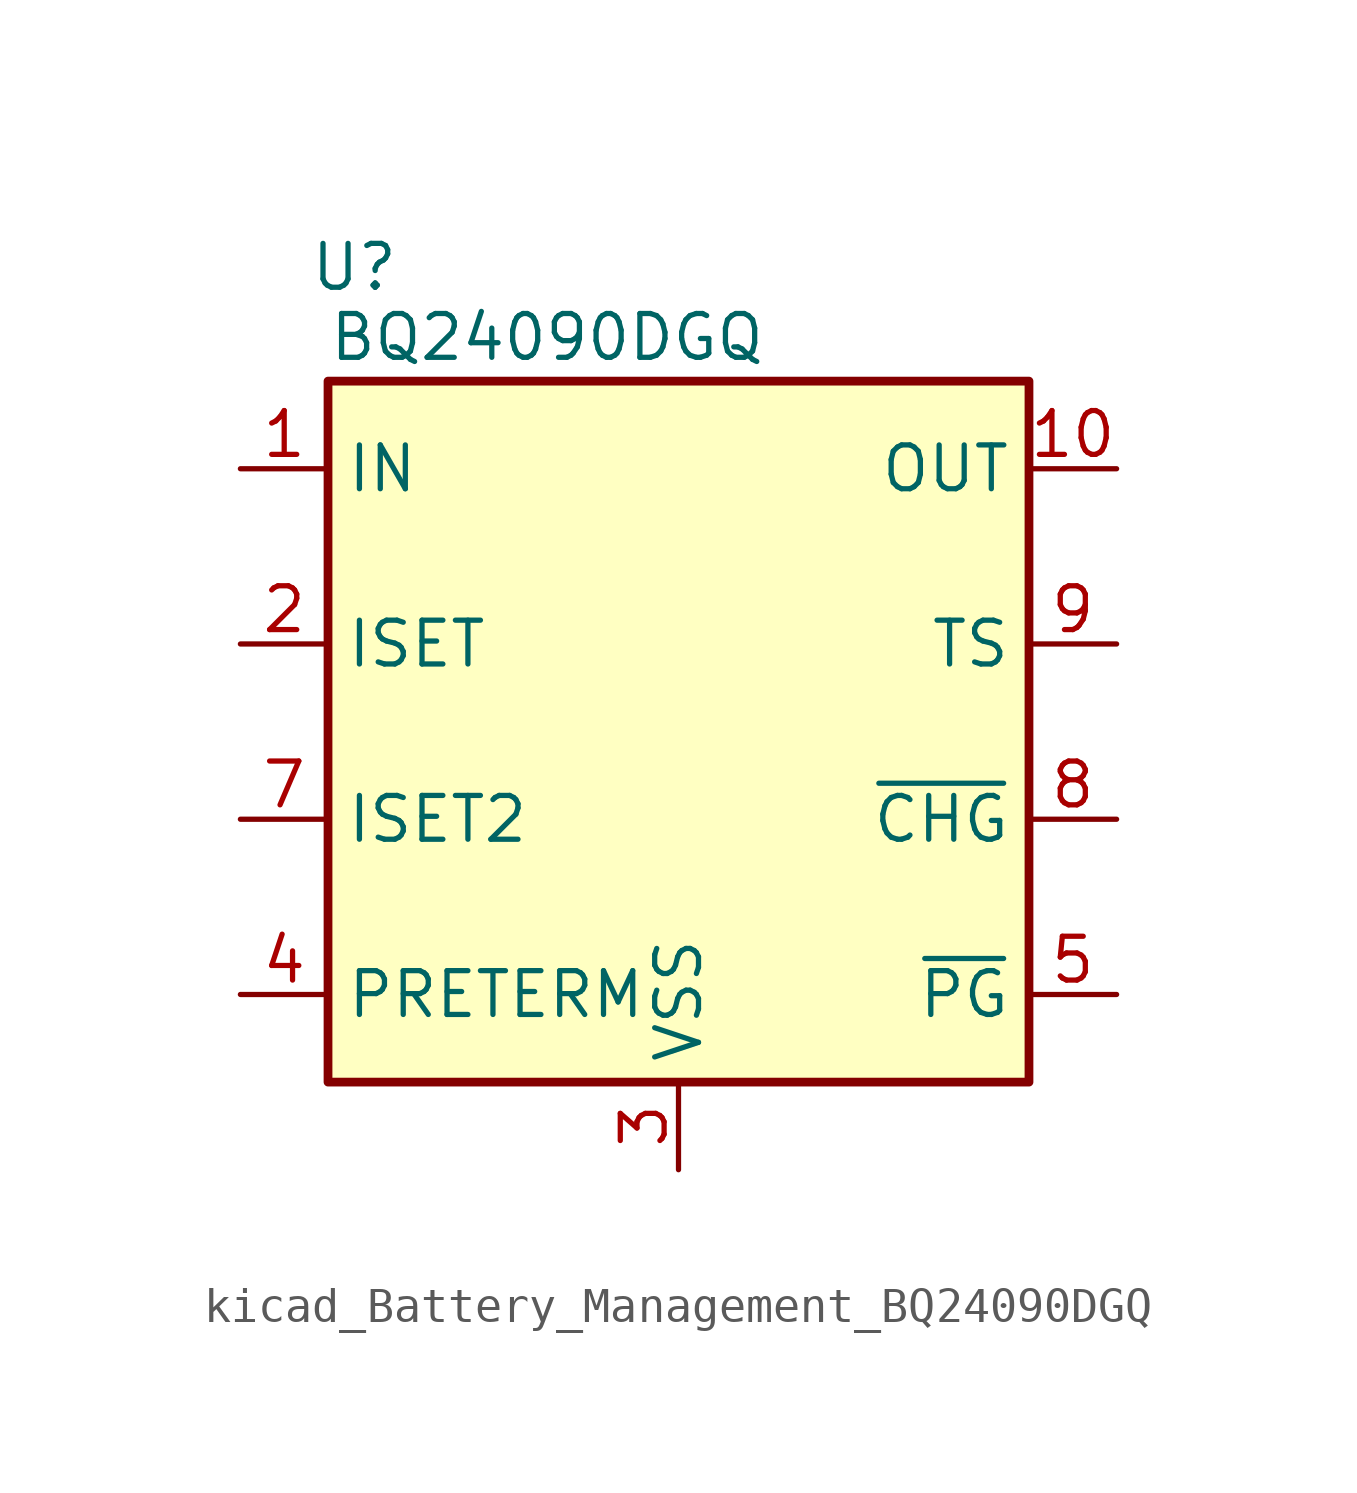
<source format=kicad_sym>
(kicad_symbol_lib
  (version 20220914)
  (generator kicad_symbol_editor)
  (symbol "kicad_Battery_Management_BQ24090DGQ"
    (property "Reference" "U"
      (at -9.398 13.462 0)
      (effects (font (size 1.27 1.27))))
    (property "Value" "BQ24090DGQ"
      (at -3.81 11.43 0)
      (effects (font (size 1.27 1.27))))
    (symbol "kicad_Battery_Management_BQ24090DGQ_0_1"
      (rectangle (start -10.16 10.16) (end 10.16 -10.16) (stroke (width 0.254) (type default)) (fill (type background))))
    (symbol "kicad_Battery_Management_BQ24090DGQ_1_1"
      (pin power_in line (at -12.7 7.62 0) (length 2.54) (name "IN" (effects (font (size 1.27 1.27)))) (number "1" (effects (font (size 1.27 1.27)))))
      (pin power_out line (at 12.7 7.62 180) (length 2.54) (name "OUT" (effects (font (size 1.27 1.27)))) (number "10" (effects (font (size 1.27 1.27)))))
      (pin passive line (at 0 -12.7 90) (length 2.54) hide (name "VSS" (effects (font (size 1.27 1.27)))) (number "11" (effects (font (size 1.27 1.27)))))
      (pin passive line (at -12.7 2.54 0) (length 2.54) (name "ISET" (effects (font (size 1.27 1.27)))) (number "2" (effects (font (size 1.27 1.27)))))
      (pin power_in line (at 0 -12.7 90) (length 2.54) (name "VSS" (effects (font (size 1.27 1.27)))) (number "3" (effects (font (size 1.27 1.27)))))
      (pin passive line (at -12.7 -7.62 0) (length 2.54) (name "PRETERM" (effects (font (size 1.27 1.27)))) (number "4" (effects (font (size 1.27 1.27)))))
      (pin open_collector line (at 12.7 -7.62 180) (length 2.54) (name "~{PG}" (effects (font (size 1.27 1.27)))) (number "5" (effects (font (size 1.27 1.27)))))
      (pin no_connect line (at 5.08 -10.16 90) (length 2.54) hide (name "NC" (effects (font (size 1.27 1.27)))) (number "6" (effects (font (size 1.27 1.27)))))
      (pin passive line (at -12.7 -2.54 0) (length 2.54) (name "ISET2" (effects (font (size 1.27 1.27)))) (number "7" (effects (font (size 1.27 1.27)))))
      (pin open_collector line (at 12.7 -2.54 180) (length 2.54) (name "~{CHG}" (effects (font (size 1.27 1.27)))) (number "8" (effects (font (size 1.27 1.27)))))
      (pin passive line (at 12.7 2.54 180) (length 2.54) (name "TS" (effects (font (size 1.27 1.27)))) (number "9" (effects (font (size 1.27 1.27))))))))
</source>
